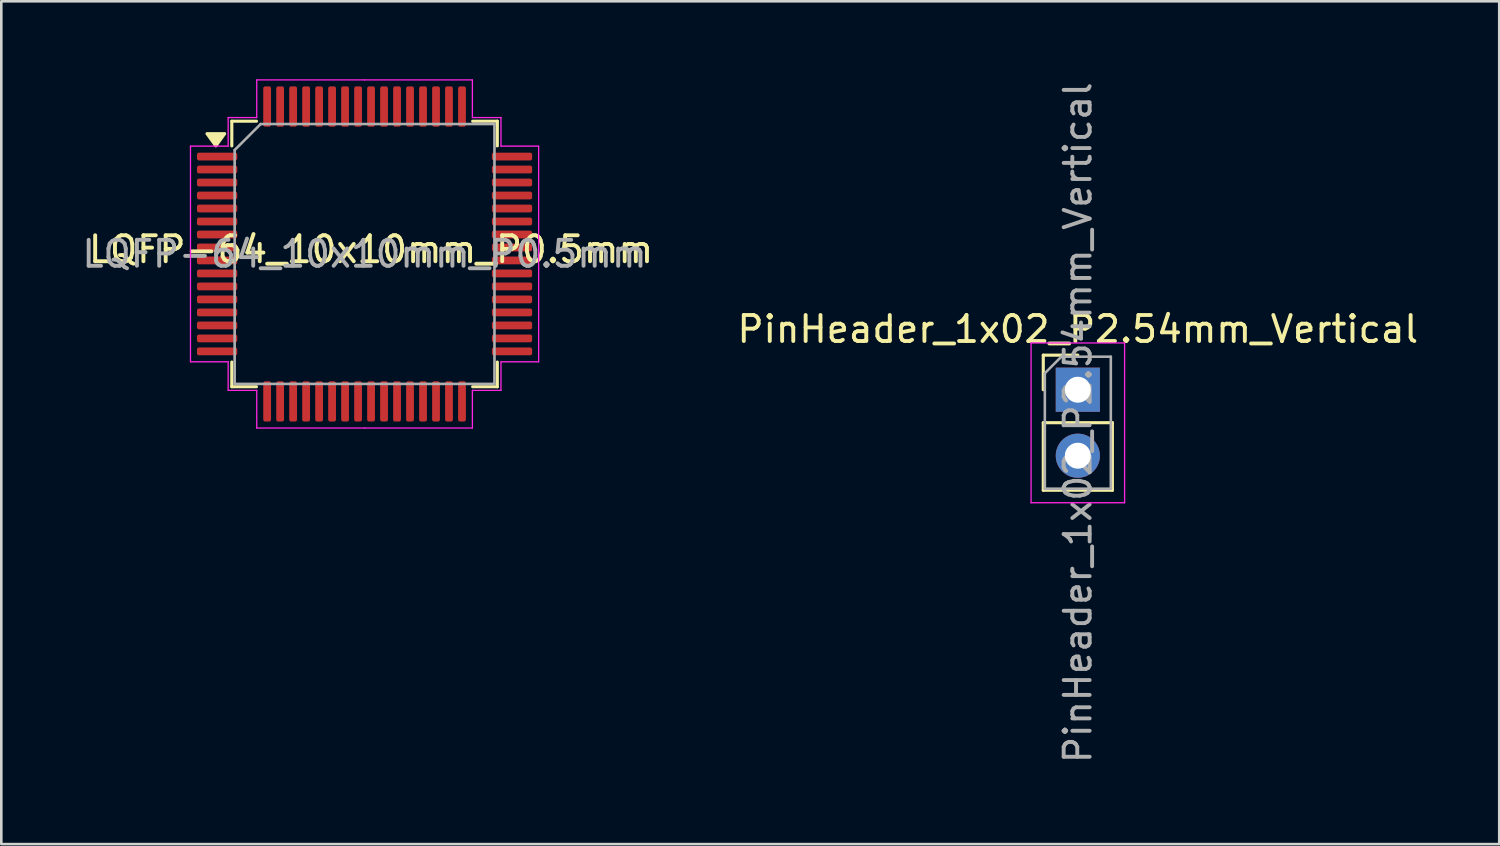
<source format=kicad_pcb>
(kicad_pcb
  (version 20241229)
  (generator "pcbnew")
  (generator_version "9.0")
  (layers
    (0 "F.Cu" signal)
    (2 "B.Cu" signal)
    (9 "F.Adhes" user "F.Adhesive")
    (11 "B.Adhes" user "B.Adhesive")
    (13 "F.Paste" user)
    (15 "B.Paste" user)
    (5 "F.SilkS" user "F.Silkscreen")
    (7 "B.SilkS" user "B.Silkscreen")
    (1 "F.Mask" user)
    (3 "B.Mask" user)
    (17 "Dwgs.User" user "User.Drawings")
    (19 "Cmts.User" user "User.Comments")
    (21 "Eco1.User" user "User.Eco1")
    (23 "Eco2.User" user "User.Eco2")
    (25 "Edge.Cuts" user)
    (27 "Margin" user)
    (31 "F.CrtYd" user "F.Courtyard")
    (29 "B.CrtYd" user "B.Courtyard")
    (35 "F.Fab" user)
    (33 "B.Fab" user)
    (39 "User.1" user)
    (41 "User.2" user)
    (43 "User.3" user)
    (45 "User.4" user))
  (footprint "LQFP-64_10x10mm_P0.5mm"
    (layer "F.Cu")
    (at 10.982 6.725)
    (property "Reference" "LQFP-64_10x10mm_P0.5mm" (at 0.25 -0.175 180) (layer "F.SilkS") (effects (font (size 1 1) (thickness 0.15))))
    (attr smd)
    (fp_line (start -5.11 -5.11) (end -5.11 -4.16) (stroke (width 0.12) (type solid)) (layer "F.SilkS"))
    (fp_line (start -5.11 5.11) (end -5.11 4.16) (stroke (width 0.12) (type solid)) (layer "F.SilkS"))
    (fp_line (start -4.16 -5.11) (end -5.11 -5.11) (stroke (width 0.12) (type solid)) (layer "F.SilkS"))
    (fp_line (start -4.16 5.11) (end -5.11 5.11) (stroke (width 0.12) (type solid)) (layer "F.SilkS"))
    (fp_line (start 4.16 -5.11) (end 5.11 -5.11) (stroke (width 0.12) (type solid)) (layer "F.SilkS"))
    (fp_line (start 4.16 5.11) (end 5.11 5.11) (stroke (width 0.12) (type solid)) (layer "F.SilkS"))
    (fp_line (start 5.11 -5.11) (end 5.11 -4.16) (stroke (width 0.12) (type solid)) (layer "F.SilkS"))
    (fp_line (start 5.11 5.11) (end 5.11 4.16) (stroke (width 0.12) (type solid)) (layer "F.SilkS"))
    (fp_poly (pts (xy -5.725 -4.16) (xy -6.065 -4.63) (xy -5.385 -4.63) (xy -5.725 -4.16)) (stroke (width 0.12) (type solid)) (fill yes) (layer "F.SilkS"))
    (fp_line (start -6.7 -4.15) (end -6.7 0) (stroke (width 0.05) (type solid)) (layer "F.CrtYd"))
    (fp_line (start -6.7 4.15) (end -6.7 0) (stroke (width 0.05) (type solid)) (layer "F.CrtYd"))
    (fp_line (start -5.25 -5.25) (end -5.25 -4.15) (stroke (width 0.05) (type solid)) (layer "F.CrtYd"))
    (fp_line (start -5.25 -4.15) (end -6.7 -4.15) (stroke (width 0.05) (type solid)) (layer "F.CrtYd"))
    (fp_line (start -5.25 4.15) (end -6.7 4.15) (stroke (width 0.05) (type solid)) (layer "F.CrtYd"))
    (fp_line (start -5.25 5.25) (end -5.25 4.15) (stroke (width 0.05) (type solid)) (layer "F.CrtYd"))
    (fp_line (start -4.15 -6.7) (end -4.15 -5.25) (stroke (width 0.05) (type solid)) (layer "F.CrtYd"))
    (fp_line (start -4.15 -5.25) (end -5.25 -5.25) (stroke (width 0.05) (type solid)) (layer "F.CrtYd"))
    (fp_line (start -4.15 5.25) (end -5.25 5.25) (stroke (width 0.05) (type solid)) (layer "F.CrtYd"))
    (fp_line (start -4.15 6.7) (end -4.15 5.25) (stroke (width 0.05) (type solid)) (layer "F.CrtYd"))
    (fp_line (start 0 -6.7) (end -4.15 -6.7) (stroke (width 0.05) (type solid)) (layer "F.CrtYd"))
    (fp_line (start 0 -6.7) (end 4.15 -6.7) (stroke (width 0.05) (type solid)) (layer "F.CrtYd"))
    (fp_line (start 0 6.7) (end -4.15 6.7) (stroke (width 0.05) (type solid)) (layer "F.CrtYd"))
    (fp_line (start 0 6.7) (end 4.15 6.7) (stroke (width 0.05) (type solid)) (layer "F.CrtYd"))
    (fp_line (start 4.15 -6.7) (end 4.15 -5.25) (stroke (width 0.05) (type solid)) (layer "F.CrtYd"))
    (fp_line (start 4.15 -5.25) (end 5.25 -5.25) (stroke (width 0.05) (type solid)) (layer "F.CrtYd"))
    (fp_line (start 4.15 5.25) (end 5.25 5.25) (stroke (width 0.05) (type solid)) (layer "F.CrtYd"))
    (fp_line (start 4.15 6.7) (end 4.15 5.25) (stroke (width 0.05) (type solid)) (layer "F.CrtYd"))
    (fp_line (start 5.25 -5.25) (end 5.25 -4.15) (stroke (width 0.05) (type solid)) (layer "F.CrtYd"))
    (fp_line (start 5.25 -4.15) (end 6.7 -4.15) (stroke (width 0.05) (type solid)) (layer "F.CrtYd"))
    (fp_line (start 5.25 4.15) (end 6.7 4.15) (stroke (width 0.05) (type solid)) (layer "F.CrtYd"))
    (fp_line (start 5.25 5.25) (end 5.25 4.15) (stroke (width 0.05) (type solid)) (layer "F.CrtYd"))
    (fp_line (start 6.7 -4.15) (end 6.7 0) (stroke (width 0.05) (type solid)) (layer "F.CrtYd"))
    (fp_line (start 6.7 4.15) (end 6.7 0) (stroke (width 0.05) (type solid)) (layer "F.CrtYd"))
    (fp_line (start -5 -4) (end -4 -5) (stroke (width 0.1) (type solid)) (layer "F.Fab"))
    (fp_line (start -5 5) (end -5 -4) (stroke (width 0.1) (type solid)) (layer "F.Fab"))
    (fp_line (start -4 -5) (end 5 -5) (stroke (width 0.1) (type solid)) (layer "F.Fab"))
    (fp_line (start 5 -5) (end 5 5) (stroke (width 0.1) (type solid)) (layer "F.Fab"))
    (fp_line (start 5 5) (end -5 5) (stroke (width 0.1) (type solid)) (layer "F.Fab"))
    (fp_text user "${REFERENCE}" (at 0 0 180) (layer "F.Fab") (effects (font (size 1 1) (thickness 0.15))))
    (pad "1" smd roundrect (at -5.675 -3.75) (size 1.55 0.3) (layers "F.Cu" "F.Mask" "F.Paste") (roundrect_rratio 0.25))
    (pad "2" smd roundrect (at -5.675 -3.25) (size 1.55 0.3) (layers "F.Cu" "F.Mask" "F.Paste") (roundrect_rratio 0.25))
    (pad "3" smd roundrect (at -5.675 -2.75) (size 1.55 0.3) (layers "F.Cu" "F.Mask" "F.Paste") (roundrect_rratio 0.25))
    (pad "4" smd roundrect (at -5.675 -2.25) (size 1.55 0.3) (layers "F.Cu" "F.Mask" "F.Paste") (roundrect_rratio 0.25))
    (pad "5" smd roundrect (at -5.675 -1.75) (size 1.55 0.3) (layers "F.Cu" "F.Mask" "F.Paste") (roundrect_rratio 0.25))
    (pad "6" smd roundrect (at -5.675 -1.25) (size 1.55 0.3) (layers "F.Cu" "F.Mask" "F.Paste") (roundrect_rratio 0.25))
    (pad "7" smd roundrect (at -5.675 -0.75) (size 1.55 0.3) (layers "F.Cu" "F.Mask" "F.Paste") (roundrect_rratio 0.25))
    (pad "8" smd roundrect (at -5.675 -0.25) (size 1.55 0.3) (layers "F.Cu" "F.Mask" "F.Paste") (roundrect_rratio 0.25))
    (pad "9" smd roundrect (at -5.675 0.25) (size 1.55 0.3) (layers "F.Cu" "F.Mask" "F.Paste") (roundrect_rratio 0.25))
    (pad "10" smd roundrect (at -5.675 0.75) (size 1.55 0.3) (layers "F.Cu" "F.Mask" "F.Paste") (roundrect_rratio 0.25))
    (pad "11" smd roundrect (at -5.675 1.25) (size 1.55 0.3) (layers "F.Cu" "F.Mask" "F.Paste") (roundrect_rratio 0.25))
    (pad "12" smd roundrect (at -5.675 1.75) (size 1.55 0.3) (layers "F.Cu" "F.Mask" "F.Paste") (roundrect_rratio 0.25))
    (pad "13" smd roundrect (at -5.675 2.25) (size 1.55 0.3) (layers "F.Cu" "F.Mask" "F.Paste") (roundrect_rratio 0.25))
    (pad "14" smd roundrect (at -5.675 2.75) (size 1.55 0.3) (layers "F.Cu" "F.Mask" "F.Paste") (roundrect_rratio 0.25))
    (pad "15" smd roundrect (at -5.675 3.25) (size 1.55 0.3) (layers "F.Cu" "F.Mask" "F.Paste") (roundrect_rratio 0.25))
    (pad "16" smd roundrect (at -5.675 3.75) (size 1.55 0.3) (layers "F.Cu" "F.Mask" "F.Paste") (roundrect_rratio 0.25))
    (pad "17" smd roundrect (at -3.75 5.675) (size 0.3 1.55) (layers "F.Cu" "F.Mask" "F.Paste") (roundrect_rratio 0.25))
    (pad "18" smd roundrect (at -3.25 5.675) (size 0.3 1.55) (layers "F.Cu" "F.Mask" "F.Paste") (roundrect_rratio 0.25))
    (pad "19" smd roundrect (at -2.75 5.675) (size 0.3 1.55) (layers "F.Cu" "F.Mask" "F.Paste") (roundrect_rratio 0.25))
    (pad "20" smd roundrect (at -2.25 5.675) (size 0.3 1.55) (layers "F.Cu" "F.Mask" "F.Paste") (roundrect_rratio 0.25))
    (pad "21" smd roundrect (at -1.75 5.675) (size 0.3 1.55) (layers "F.Cu" "F.Mask" "F.Paste") (roundrect_rratio 0.25))
    (pad "22" smd roundrect (at -1.25 5.675) (size 0.3 1.55) (layers "F.Cu" "F.Mask" "F.Paste") (roundrect_rratio 0.25))
    (pad "23" smd roundrect (at -0.75 5.675) (size 0.3 1.55) (layers "F.Cu" "F.Mask" "F.Paste") (roundrect_rratio 0.25))
    (pad "24" smd roundrect (at -0.25 5.675) (size 0.3 1.55) (layers "F.Cu" "F.Mask" "F.Paste") (roundrect_rratio 0.25))
    (pad "25" smd roundrect (at 0.25 5.675) (size 0.3 1.55) (layers "F.Cu" "F.Mask" "F.Paste") (roundrect_rratio 0.25))
    (pad "26" smd roundrect (at 0.75 5.675) (size 0.3 1.55) (layers "F.Cu" "F.Mask" "F.Paste") (roundrect_rratio 0.25))
    (pad "27" smd roundrect (at 1.25 5.675) (size 0.3 1.55) (layers "F.Cu" "F.Mask" "F.Paste") (roundrect_rratio 0.25))
    (pad "28" smd roundrect (at 1.75 5.675) (size 0.3 1.55) (layers "F.Cu" "F.Mask" "F.Paste") (roundrect_rratio 0.25))
    (pad "29" smd roundrect (at 2.25 5.675) (size 0.3 1.55) (layers "F.Cu" "F.Mask" "F.Paste") (roundrect_rratio 0.25))
    (pad "30" smd roundrect (at 2.75 5.675) (size 0.3 1.55) (layers "F.Cu" "F.Mask" "F.Paste") (roundrect_rratio 0.25))
    (pad "31" smd roundrect (at 3.25 5.675) (size 0.3 1.55) (layers "F.Cu" "F.Mask" "F.Paste") (roundrect_rratio 0.25))
    (pad "32" smd roundrect (at 3.75 5.675) (size 0.3 1.55) (layers "F.Cu" "F.Mask" "F.Paste") (roundrect_rratio 0.25))
    (pad "33" smd roundrect (at 5.675 3.75) (size 1.55 0.3) (layers "F.Cu" "F.Mask" "F.Paste") (roundrect_rratio 0.25))
    (pad "34" smd roundrect (at 5.675 3.25) (size 1.55 0.3) (layers "F.Cu" "F.Mask" "F.Paste") (roundrect_rratio 0.25))
    (pad "35" smd roundrect (at 5.675 2.75) (size 1.55 0.3) (layers "F.Cu" "F.Mask" "F.Paste") (roundrect_rratio 0.25))
    (pad "36" smd roundrect (at 5.675 2.25) (size 1.55 0.3) (layers "F.Cu" "F.Mask" "F.Paste") (roundrect_rratio 0.25))
    (pad "37" smd roundrect (at 5.675 1.75) (size 1.55 0.3) (layers "F.Cu" "F.Mask" "F.Paste") (roundrect_rratio 0.25))
    (pad "38" smd roundrect (at 5.675 1.25) (size 1.55 0.3) (layers "F.Cu" "F.Mask" "F.Paste") (roundrect_rratio 0.25))
    (pad "39" smd roundrect (at 5.675 0.75) (size 1.55 0.3) (layers "F.Cu" "F.Mask" "F.Paste") (roundrect_rratio 0.25))
    (pad "40" smd roundrect (at 5.675 0.25) (size 1.55 0.3) (layers "F.Cu" "F.Mask" "F.Paste") (roundrect_rratio 0.25))
    (pad "41" smd roundrect (at 5.675 -0.25) (size 1.55 0.3) (layers "F.Cu" "F.Mask" "F.Paste") (roundrect_rratio 0.25))
    (pad "42" smd roundrect (at 5.675 -0.75) (size 1.55 0.3) (layers "F.Cu" "F.Mask" "F.Paste") (roundrect_rratio 0.25))
    (pad "43" smd roundrect (at 5.675 -1.25) (size 1.55 0.3) (layers "F.Cu" "F.Mask" "F.Paste") (roundrect_rratio 0.25))
    (pad "44" smd roundrect (at 5.675 -1.75) (size 1.55 0.3) (layers "F.Cu" "F.Mask" "F.Paste") (roundrect_rratio 0.25))
    (pad "45" smd roundrect (at 5.675 -2.25) (size 1.55 0.3) (layers "F.Cu" "F.Mask" "F.Paste") (roundrect_rratio 0.25))
    (pad "46" smd roundrect (at 5.675 -2.75) (size 1.55 0.3) (layers "F.Cu" "F.Mask" "F.Paste") (roundrect_rratio 0.25))
    (pad "47" smd roundrect (at 5.675 -3.25) (size 1.55 0.3) (layers "F.Cu" "F.Mask" "F.Paste") (roundrect_rratio 0.25))
    (pad "48" smd roundrect (at 5.675 -3.75) (size 1.55 0.3) (layers "F.Cu" "F.Mask" "F.Paste") (roundrect_rratio 0.25))
    (pad "49" smd roundrect (at 3.75 -5.675) (size 0.3 1.55) (layers "F.Cu" "F.Mask" "F.Paste") (roundrect_rratio 0.25))
    (pad "50" smd roundrect (at 3.25 -5.675) (size 0.3 1.55) (layers "F.Cu" "F.Mask" "F.Paste") (roundrect_rratio 0.25))
    (pad "51" smd roundrect (at 2.75 -5.675) (size 0.3 1.55) (layers "F.Cu" "F.Mask" "F.Paste") (roundrect_rratio 0.25))
    (pad "52" smd roundrect (at 2.25 -5.675) (size 0.3 1.55) (layers "F.Cu" "F.Mask" "F.Paste") (roundrect_rratio 0.25))
    (pad "53" smd roundrect (at 1.75 -5.675) (size 0.3 1.55) (layers "F.Cu" "F.Mask" "F.Paste") (roundrect_rratio 0.25))
    (pad "54" smd roundrect (at 1.25 -5.675) (size 0.3 1.55) (layers "F.Cu" "F.Mask" "F.Paste") (roundrect_rratio 0.25))
    (pad "55" smd roundrect (at 0.75 -5.675) (size 0.3 1.55) (layers "F.Cu" "F.Mask" "F.Paste") (roundrect_rratio 0.25))
    (pad "56" smd roundrect (at 0.25 -5.675) (size 0.3 1.55) (layers "F.Cu" "F.Mask" "F.Paste") (roundrect_rratio 0.25))
    (pad "57" smd roundrect (at -0.25 -5.675) (size 0.3 1.55) (layers "F.Cu" "F.Mask" "F.Paste") (roundrect_rratio 0.25))
    (pad "58" smd roundrect (at -0.75 -5.675) (size 0.3 1.55) (layers "F.Cu" "F.Mask" "F.Paste") (roundrect_rratio 0.25))
    (pad "59" smd roundrect (at -1.25 -5.675) (size 0.3 1.55) (layers "F.Cu" "F.Mask" "F.Paste") (roundrect_rratio 0.25))
    (pad "60" smd roundrect (at -1.75 -5.675) (size 0.3 1.55) (layers "F.Cu" "F.Mask" "F.Paste") (roundrect_rratio 0.25))
    (pad "61" smd roundrect (at -2.25 -5.675) (size 0.3 1.55) (layers "F.Cu" "F.Mask" "F.Paste") (roundrect_rratio 0.25))
    (pad "62" smd roundrect (at -2.75 -5.675) (size 0.3 1.55) (layers "F.Cu" "F.Mask" "F.Paste") (roundrect_rratio 0.25))
    (pad "63" smd roundrect (at -3.25 -5.675) (size 0.3 1.55) (layers "F.Cu" "F.Mask" "F.Paste") (roundrect_rratio 0.25))
    (pad "64" smd roundrect (at -3.75 -5.675) (size 0.3 1.55) (layers "F.Cu" "F.Mask" "F.Paste") (roundrect_rratio 0.25)))
  (footprint "PinHeader_1x02_P2.54mm_Vertical"
    (layer "F.Cu")
    (at 38.435 11.95)
    (property "Reference" "PinHeader_1x02_P2.54mm_Vertical" (at 0 -2.33 0) (layer "F.SilkS") (effects (font (size 1 1) (thickness 0.15))))
    (attr through_hole)
    (fp_line (start -1.33 -1.33) (end 0 -1.33) (stroke (width 0.12) (type solid)) (layer "F.SilkS"))
    (fp_line (start -1.33 0) (end -1.33 -1.33) (stroke (width 0.12) (type solid)) (layer "F.SilkS"))
    (fp_line (start -1.33 1.27) (end -1.33 3.87) (stroke (width 0.12) (type solid)) (layer "F.SilkS"))
    (fp_line (start -1.33 1.27) (end 1.33 1.27) (stroke (width 0.12) (type solid)) (layer "F.SilkS"))
    (fp_line (start -1.33 3.87) (end 1.33 3.87) (stroke (width 0.12) (type solid)) (layer "F.SilkS"))
    (fp_line (start 1.33 1.27) (end 1.33 3.87) (stroke (width 0.12) (type solid)) (layer "F.SilkS"))
    (fp_line (start -1.8 -1.8) (end -1.8 4.35) (stroke (width 0.05) (type solid)) (layer "F.CrtYd"))
    (fp_line (start -1.8 4.35) (end 1.8 4.35) (stroke (width 0.05) (type solid)) (layer "F.CrtYd"))
    (fp_line (start 1.8 -1.8) (end -1.8 -1.8) (stroke (width 0.05) (type solid)) (layer "F.CrtYd"))
    (fp_line (start 1.8 4.35) (end 1.8 -1.8) (stroke (width 0.05) (type solid)) (layer "F.CrtYd"))
    (fp_line (start -1.27 -0.635) (end -0.635 -1.27) (stroke (width 0.1) (type solid)) (layer "F.Fab"))
    (fp_line (start -1.27 3.81) (end -1.27 -0.635) (stroke (width 0.1) (type solid)) (layer "F.Fab"))
    (fp_line (start -0.635 -1.27) (end 1.27 -1.27) (stroke (width 0.1) (type solid)) (layer "F.Fab"))
    (fp_line (start 1.27 -1.27) (end 1.27 3.81) (stroke (width 0.1) (type solid)) (layer "F.Fab"))
    (fp_line (start 1.27 3.81) (end -1.27 3.81) (stroke (width 0.1) (type solid)) (layer "F.Fab"))
    (fp_text user "${REFERENCE}" (at 0 1.27 90) (layer "F.Fab") (effects (font (size 1 1) (thickness 0.15))))
    (pad "1" thru_hole rect (at 0 0) (size 1.7 1.7) (drill 1) (layers "*.Cu" "*.Mask"))
    (pad "2" thru_hole oval (at 0 2.54) (size 1.7 1.7) (drill 1) (layers "*.Cu" "*.Mask")))
  (gr_rect
    (start -3 -3)
    (end 54.655 29.44)
    (stroke (width 0.1) (type default))
    (fill no)
    (layer "Edge.Cuts")))
</source>
